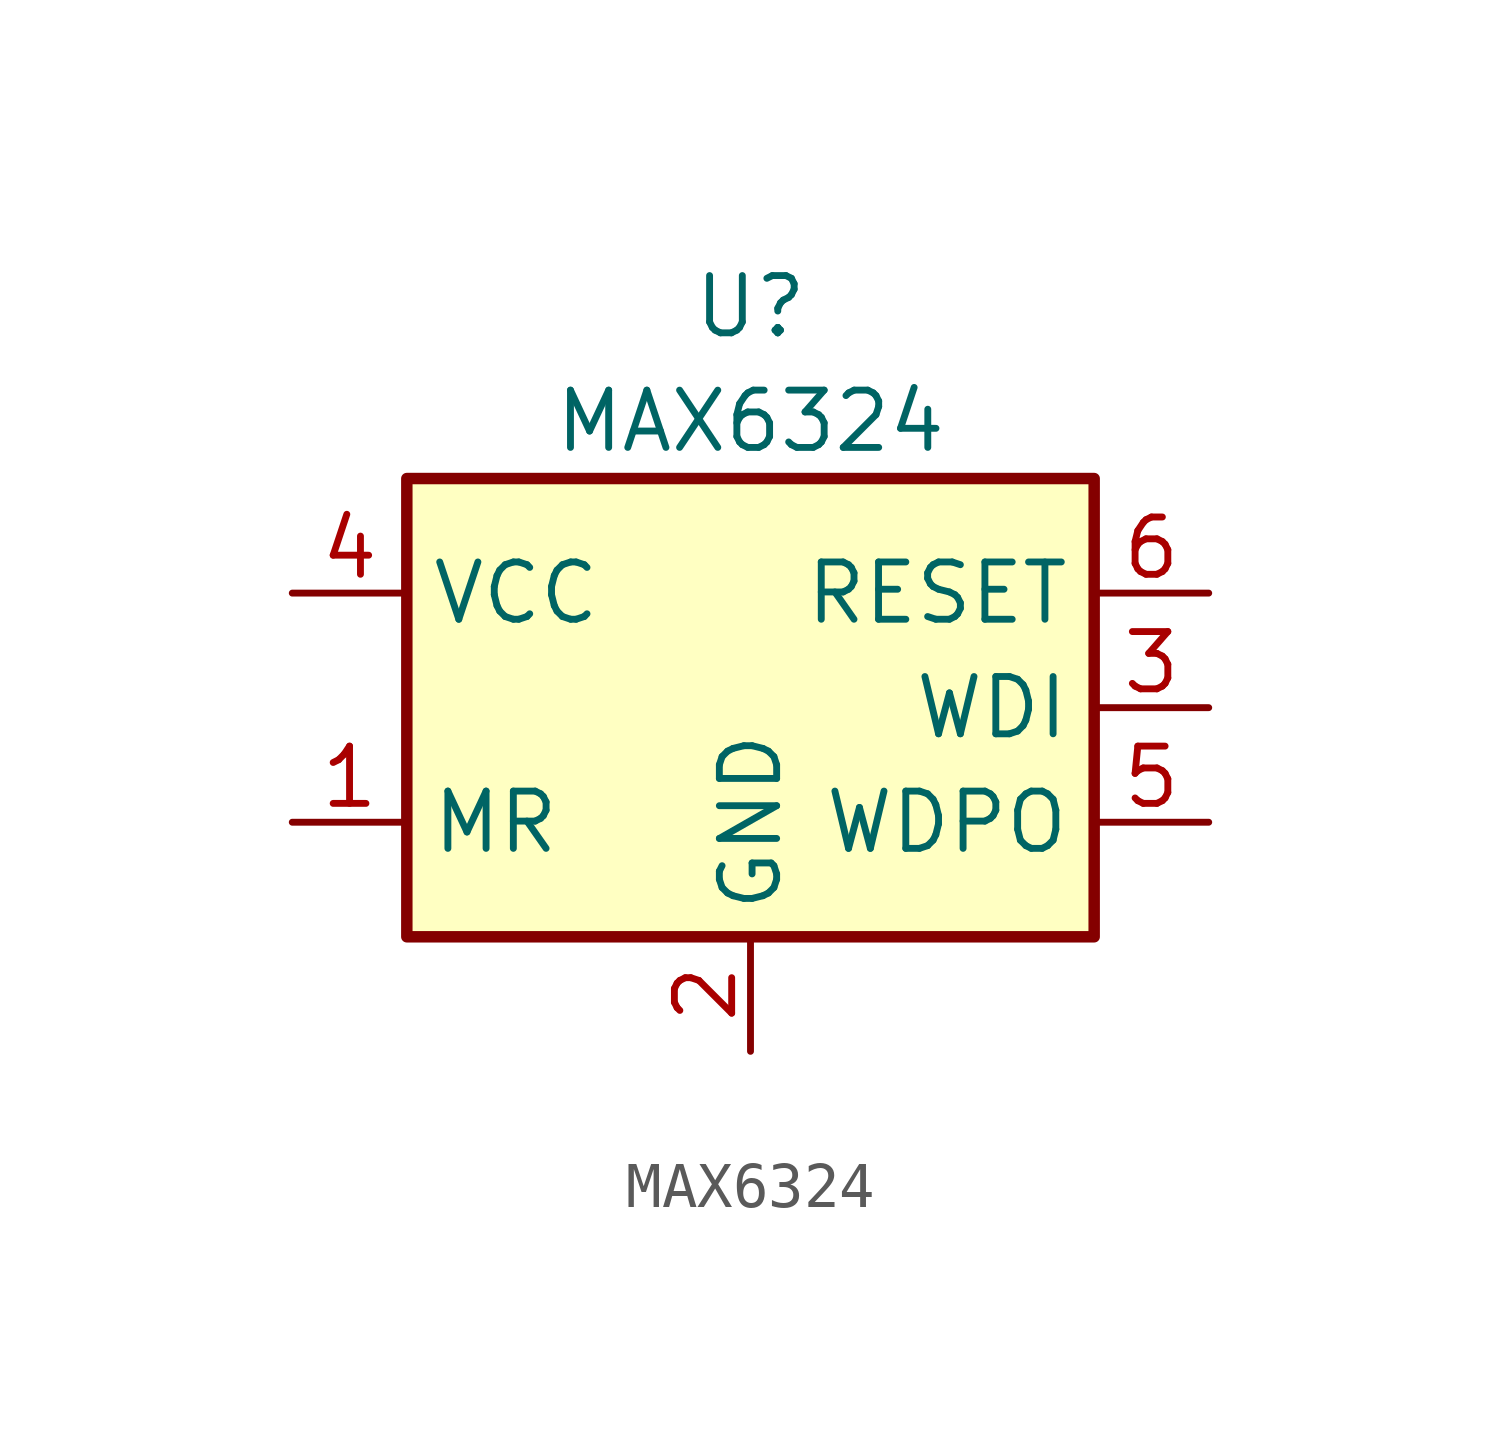
<source format=kicad_sym>
(kicad_symbol_lib
  (version 20211014)
  (generator kicad_symbol_editor)
  (symbol "MAX6324"
    (property "Reference" "U"
      (at 0 8.89 0)
      (effects (font (size 1.27 1.27))))
    (property "Value" "MAX6324"
      (at 0 6.35 0)
      (effects (font (size 1.27 1.27))))
    (symbol "MAX6324_0_1"
      (rectangle (start -7.62 5.08) (end 7.62 -5.08) (stroke (width 0.254) (type default) (color 0 0 0 0)) (fill (type background))))
    (symbol "MAX6324_1_1"
      (pin passive line (at -10.16 -2.54 0) (length 2.54) (name "MR" (effects (font (size 1.27 1.27)))) (number "1" (effects (font (size 1.27 1.27)))))
      (pin passive line (at 0 -7.62 90) (length 2.54) (name "GND" (effects (font (size 1.27 1.27)))) (number "2" (effects (font (size 1.27 1.27)))))
      (pin passive line (at 10.16 0 180) (length 2.54) (name "WDI" (effects (font (size 1.27 1.27)))) (number "3" (effects (font (size 1.27 1.27)))))
      (pin passive line (at -10.16 2.54 0) (length 2.54) (name "VCC" (effects (font (size 1.27 1.27)))) (number "4" (effects (font (size 1.27 1.27)))))
      (pin passive line (at 10.16 -2.54 180) (length 2.54) (name "WDPO" (effects (font (size 1.27 1.27)))) (number "5" (effects (font (size 1.27 1.27)))))
      (pin passive line (at 10.16 2.54 180) (length 2.54) (name "RESET" (effects (font (size 1.27 1.27)))) (number "6" (effects (font (size 1.27 1.27))))))))
</source>
